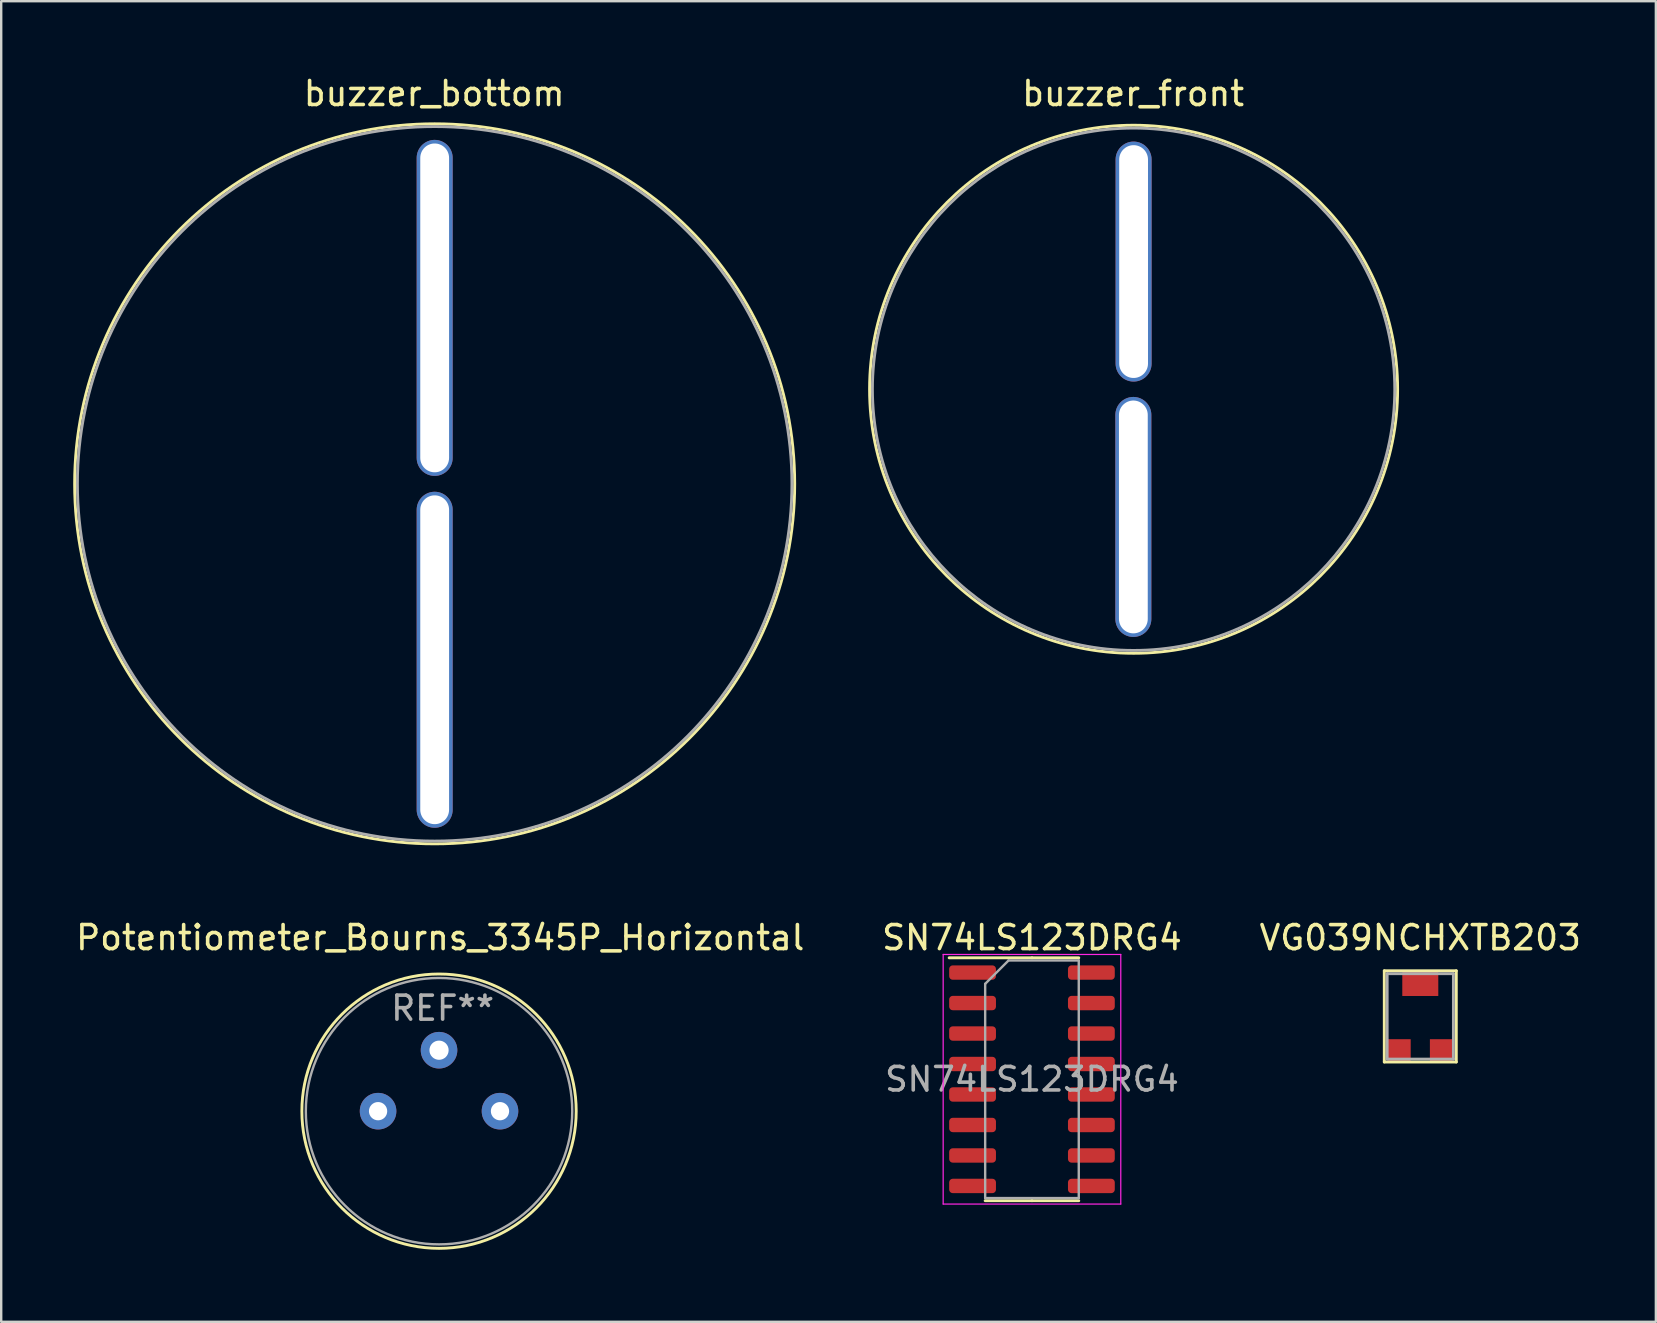
<source format=kicad_pcb>
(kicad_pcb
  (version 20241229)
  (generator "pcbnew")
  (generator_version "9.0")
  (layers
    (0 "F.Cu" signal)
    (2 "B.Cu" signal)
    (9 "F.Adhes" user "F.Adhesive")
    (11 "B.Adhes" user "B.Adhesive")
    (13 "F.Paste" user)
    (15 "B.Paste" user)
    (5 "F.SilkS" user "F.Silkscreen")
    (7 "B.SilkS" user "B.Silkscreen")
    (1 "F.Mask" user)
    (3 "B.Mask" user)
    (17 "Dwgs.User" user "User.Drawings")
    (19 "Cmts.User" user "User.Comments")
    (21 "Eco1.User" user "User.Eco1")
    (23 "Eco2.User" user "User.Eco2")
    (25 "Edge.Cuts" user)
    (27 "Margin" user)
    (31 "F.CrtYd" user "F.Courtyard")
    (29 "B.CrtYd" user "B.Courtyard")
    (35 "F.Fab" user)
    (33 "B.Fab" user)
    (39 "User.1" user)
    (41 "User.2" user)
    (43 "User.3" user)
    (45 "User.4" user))
  (footprint "buzzer_front"
    (layer "F.Cu")
    (at 44.18 13.168)
    (property "Reference" "buzzer_front" (at -0.02 -12.32 0) (layer "F.SilkS") (effects (font (size 1 1) (thickness 0.15))))
    (attr through_hole)
    (fp_circle (center 0 0) (end 11 0) (stroke (width 0.12) (type solid)) (fill no) (layer "F.SilkS"))
    (fp_circle (center 0 0) (end 10.882 0) (stroke (width 0.12) (type solid)) (fill no) (layer "F.Fab"))
    (pad "1" thru_hole oval (at 0 -5.32) (size 1.5 10) (drill oval 1.2 9.7) (layers "*.Cu" "*.Mask"))
    (pad "2" thru_hole oval (at -0.01 5.32) (size 1.5 10) (drill oval 1.2 9.7) (layers "*.Cu" "*.Mask")))
  (footprint "buzzer_bottom"
    (layer "F.Cu")
    (at 15.06 17.108)
    (property "Reference" "buzzer_bottom" (at -0.02 -16.26 0) (layer "F.SilkS") (effects (font (size 1 1) (thickness 0.15))))
    (attr through_hole)
    (fp_circle (center 0 0) (end 15 0) (stroke (width 0.12) (type solid)) (fill no) (layer "F.SilkS"))
    (fp_circle (center 0 0) (end 14.885 0) (stroke (width 0.12) (type solid)) (fill no) (layer "F.Fab"))
    (pad "1" thru_hole oval (at 0 -7.33) (size 1.5 14) (drill oval 1.2 13.7) (layers "*.Cu" "*.Mask"))
    (pad "2" thru_hole oval (at 0 7.33) (size 1.5 14) (drill oval 1.2 13.7) (layers "*.Cu" "*.Mask")))
  (footprint "VG039NCHXTB203"
    (layer "F.Cu")
    (at 56.125 39.197)
    (property "Reference" "VG039NCHXTB203" (at 0 -3.18 0) (layer "F.SilkS") (effects (font (size 1 1) (thickness 0.15))))
    (attr through_hole)
    (fp_line (start -1.5 2) (end -1.5 -1.8) (stroke (width 0.12) (type solid)) (layer "F.SilkS"))
    (fp_line (start -1.5 2) (end 1.5 2) (stroke (width 0.12) (type solid)) (layer "F.SilkS"))
    (fp_line (start 1.5 -1.8) (end -1.5 -1.8) (stroke (width 0.12) (type solid)) (layer "F.SilkS"))
    (fp_line (start 1.5 -1.8) (end 1.5 2) (stroke (width 0.12) (type solid)) (layer "F.SilkS"))
    (fp_line (start -1.38 -1.68) (end -1.38 1.88) (stroke (width 0.12) (type solid)) (layer "F.Fab"))
    (fp_line (start -1.38 1.88) (end 1.38 1.88) (stroke (width 0.12) (type solid)) (layer "F.Fab"))
    (fp_line (start 1.38 -1.68) (end -1.38 -1.68) (stroke (width 0.12) (type solid)) (layer "F.Fab"))
    (fp_line (start 1.38 1.88) (end 1.38 -1.68) (stroke (width 0.12) (type solid)) (layer "F.Fab"))
    (pad "1" smd rect (at -0.875 1.525) (size 0.95 0.95) (layers "F.Cu" "F.Mask" "F.Paste"))
    (pad "2" smd rect (at 0 -1.25) (size 1.5 1) (layers "F.Cu" "F.Mask" "F.Paste"))
    (pad "3" smd rect (at 0.875 1.525) (size 0.95 0.95) (layers "F.Cu" "F.Mask" "F.Paste")))
  (footprint "Potentiometer_Bourns_3345P_Horizontal"
    (layer "F.Cu")
    (at 15.242 43.246)
    (property "Reference" "Potentiometer_Bourns_3345P_Horizontal" (at 0.05 -7.23 0) (layer "F.SilkS") (effects (font (size 1 1) (thickness 0.15))))
    (attr through_hole)
    (fp_circle (center 0 0) (end 5.715 0) (stroke (width 0.12) (type solid)) (fill no) (layer "F.SilkS"))
    (fp_circle (center 0 0) (end 5.55 0) (stroke (width 0.1) (type solid)) (fill no) (layer "F.Fab"))
    (fp_text user "REF**" (at 0.15 -4.29 0) (layer "F.Fab") (effects (font (size 1 1) (thickness 0.15))))
    (pad "1" thru_hole circle (at 0 -2.54) (size 1.524 1.524) (drill 0.8) (layers "*.Cu" "*.Mask"))
    (pad "2" thru_hole circle (at -2.54 0) (size 1.524 1.524) (drill 0.762) (layers "*.Cu" "*.Mask"))
    (pad "3" thru_hole circle (at 2.54 0) (size 1.524 1.524) (drill 0.762) (layers "*.Cu" "*.Mask")))
  (footprint "SN74LS123DRG4"
    (layer "F.Cu")
    (at 39.946 41.916)
    (property "Reference" "SN74LS123DRG4" (at 0 -5.9 0) (layer "F.SilkS") (effects (font (size 1 1) (thickness 0.15))))
    (attr smd)
    (fp_line (start 0 -5.06) (end -3.45 -5.06) (stroke (width 0.12) (type solid)) (layer "F.SilkS"))
    (fp_line (start 0 -5.06) (end 1.95 -5.06) (stroke (width 0.12) (type solid)) (layer "F.SilkS"))
    (fp_line (start 0 5.06) (end -1.95 5.06) (stroke (width 0.12) (type solid)) (layer "F.SilkS"))
    (fp_line (start 0 5.06) (end 1.95 5.06) (stroke (width 0.12) (type solid)) (layer "F.SilkS"))
    (fp_line (start -3.7 -5.2) (end -3.7 5.2) (stroke (width 0.05) (type solid)) (layer "F.CrtYd"))
    (fp_line (start -3.7 5.2) (end 3.7 5.2) (stroke (width 0.05) (type solid)) (layer "F.CrtYd"))
    (fp_line (start 3.7 -5.2) (end -3.7 -5.2) (stroke (width 0.05) (type solid)) (layer "F.CrtYd"))
    (fp_line (start 3.7 5.2) (end 3.7 -5.2) (stroke (width 0.05) (type solid)) (layer "F.CrtYd"))
    (fp_line (start -1.95 -3.975) (end -0.975 -4.95) (stroke (width 0.1) (type solid)) (layer "F.Fab"))
    (fp_line (start -1.95 4.95) (end -1.95 -3.975) (stroke (width 0.1) (type solid)) (layer "F.Fab"))
    (fp_line (start -0.975 -4.95) (end 1.95 -4.95) (stroke (width 0.1) (type solid)) (layer "F.Fab"))
    (fp_line (start 1.95 -4.95) (end 1.95 4.95) (stroke (width 0.1) (type solid)) (layer "F.Fab"))
    (fp_line (start 1.95 4.95) (end -1.95 4.95) (stroke (width 0.1) (type solid)) (layer "F.Fab"))
    (fp_text user "${REFERENCE}" (at 0 0 0) (layer "F.Fab") (effects (font (size 0.98 0.98) (thickness 0.15))))
    (pad "1" smd roundrect (at -2.475 -4.445) (size 1.95 0.6) (layers "F.Cu" "F.Mask" "F.Paste") (roundrect_rratio 0.25))
    (pad "2" smd roundrect (at -2.475 -3.175) (size 1.95 0.6) (layers "F.Cu" "F.Mask" "F.Paste") (roundrect_rratio 0.25))
    (pad "3" smd roundrect (at -2.475 -1.905) (size 1.95 0.6) (layers "F.Cu" "F.Mask" "F.Paste") (roundrect_rratio 0.25))
    (pad "4" smd roundrect (at -2.475 -0.635) (size 1.95 0.6) (layers "F.Cu" "F.Mask" "F.Paste") (roundrect_rratio 0.25))
    (pad "5" smd roundrect (at -2.475 0.635) (size 1.95 0.6) (layers "F.Cu" "F.Mask" "F.Paste") (roundrect_rratio 0.25))
    (pad "6" smd roundrect (at -2.475 1.905) (size 1.95 0.6) (layers "F.Cu" "F.Mask" "F.Paste") (roundrect_rratio 0.25))
    (pad "7" smd roundrect (at -2.475 3.175) (size 1.95 0.6) (layers "F.Cu" "F.Mask" "F.Paste") (roundrect_rratio 0.25))
    (pad "8" smd roundrect (at -2.475 4.445) (size 1.95 0.6) (layers "F.Cu" "F.Mask" "F.Paste") (roundrect_rratio 0.25))
    (pad "9" smd roundrect (at 2.475 4.445) (size 1.95 0.6) (layers "F.Cu" "F.Mask" "F.Paste") (roundrect_rratio 0.25))
    (pad "10" smd roundrect (at 2.475 3.175) (size 1.95 0.6) (layers "F.Cu" "F.Mask" "F.Paste") (roundrect_rratio 0.25))
    (pad "11" smd roundrect (at 2.475 1.905) (size 1.95 0.6) (layers "F.Cu" "F.Mask" "F.Paste") (roundrect_rratio 0.25))
    (pad "12" smd roundrect (at 2.475 0.635) (size 1.95 0.6) (layers "F.Cu" "F.Mask" "F.Paste") (roundrect_rratio 0.25))
    (pad "13" smd roundrect (at 2.475 -0.635) (size 1.95 0.6) (layers "F.Cu" "F.Mask" "F.Paste") (roundrect_rratio 0.25))
    (pad "14" smd roundrect (at 2.475 -1.905) (size 1.95 0.6) (layers "F.Cu" "F.Mask" "F.Paste") (roundrect_rratio 0.25))
    (pad "15" smd roundrect (at 2.475 -3.175) (size 1.95 0.6) (layers "F.Cu" "F.Mask" "F.Paste") (roundrect_rratio 0.25))
    (pad "16" smd roundrect (at 2.475 -4.445) (size 1.95 0.6) (layers "F.Cu" "F.Mask" "F.Paste") (roundrect_rratio 0.25)))
  (gr_rect
    (start -3 -3)
    (end 65.94 52.022)
    (stroke (width 0.1) (type default))
    (fill no)
    (layer "Edge.Cuts")))
</source>
